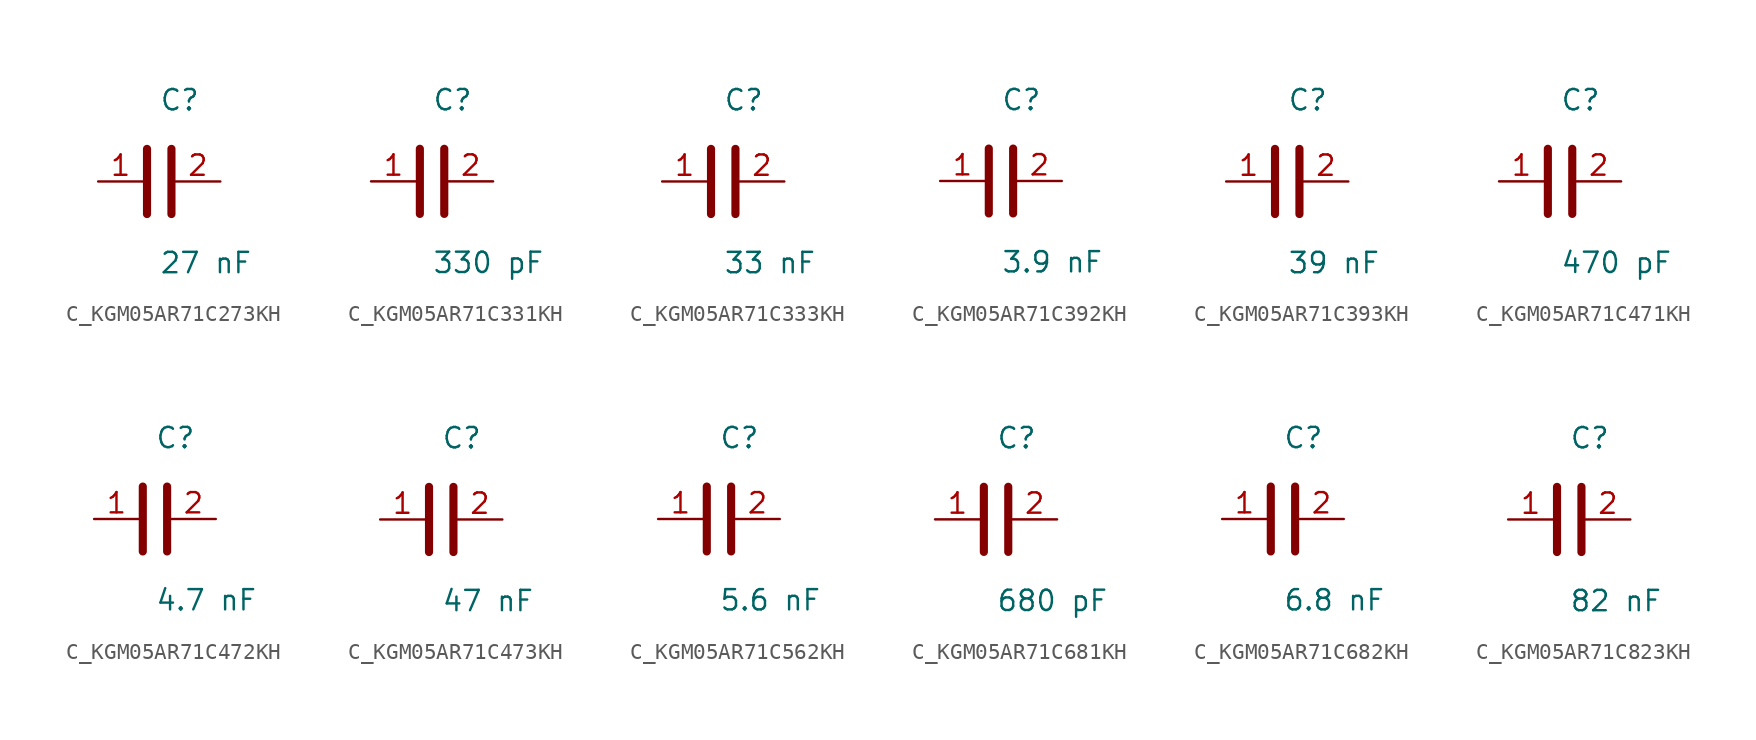
<source format=kicad_sym>
(kicad_symbol_lib
  (version 20231120)
  (generator kicad_symbol_editor)
  (generator_version 8.0)
  (symbol "C_KGM05AR71C273KH"
    (pin_names
      (offset 0.254))
    (property "Reference" "C"
      (at 0 5.08 0)
      (effects (font (size 1.27 1.27)) (justify left)))
    (property "Value" "27 nF"
      (at 0 -5.08 0)
      (effects (font (size 1.27 1.27)) (justify left)))
    (symbol "C_KGM05AR71C273KH_0_1"
      (polyline (pts (xy -0.762 -2.032) (xy -0.762 2.032)) (stroke (width 0.508) (type default)) (fill (type none)))
      (polyline (pts (xy 0.762 -2.032) (xy 0.762 2.032)) (stroke (width 0.508) (type default)) (fill (type none))))
    (pin unspecified line
      (at -3.81 0 0)
      (length 2.8)
      (name "" (effects (font (size 1.27 1.27))))
      (number "1" (effects (font (size 1.27 1.27)))))
    (pin unspecified line
      (at 3.81 0 180)
      (length 2.8)
      (name "" (effects (font (size 1.27 1.27))))
      (number "2" (effects (font (size 1.27 1.27))))))
  (symbol "C_KGM05AR71C331KH"
    (pin_names
      (offset 0.254))
    (property "Reference" "C"
      (at 0 5.08 0)
      (effects (font (size 1.27 1.27)) (justify left)))
    (property "Value" "330 pF"
      (at 0 -5.08 0)
      (effects (font (size 1.27 1.27)) (justify left)))
    (symbol "C_KGM05AR71C331KH_0_1"
      (polyline (pts (xy -0.762 -2.032) (xy -0.762 2.032)) (stroke (width 0.508) (type default)) (fill (type none)))
      (polyline (pts (xy 0.762 -2.032) (xy 0.762 2.032)) (stroke (width 0.508) (type default)) (fill (type none))))
    (pin unspecified line
      (at -3.81 0 0)
      (length 2.8)
      (name "" (effects (font (size 1.27 1.27))))
      (number "1" (effects (font (size 1.27 1.27)))))
    (pin unspecified line
      (at 3.81 0 180)
      (length 2.8)
      (name "" (effects (font (size 1.27 1.27))))
      (number "2" (effects (font (size 1.27 1.27))))))
  (symbol "C_KGM05AR71C333KH"
    (pin_names
      (offset 0.254))
    (property "Reference" "C"
      (at 0 5.08 0)
      (effects (font (size 1.27 1.27)) (justify left)))
    (property "Value" "33 nF"
      (at 0 -5.08 0)
      (effects (font (size 1.27 1.27)) (justify left)))
    (symbol "C_KGM05AR71C333KH_0_1"
      (polyline (pts (xy -0.762 -2.032) (xy -0.762 2.032)) (stroke (width 0.508) (type default)) (fill (type none)))
      (polyline (pts (xy 0.762 -2.032) (xy 0.762 2.032)) (stroke (width 0.508) (type default)) (fill (type none))))
    (pin unspecified line
      (at -3.81 0 0)
      (length 2.8)
      (name "" (effects (font (size 1.27 1.27))))
      (number "1" (effects (font (size 1.27 1.27)))))
    (pin unspecified line
      (at 3.81 0 180)
      (length 2.8)
      (name "" (effects (font (size 1.27 1.27))))
      (number "2" (effects (font (size 1.27 1.27))))))
  (symbol "C_KGM05AR71C392KH"
    (pin_names
      (offset 0.254))
    (property "Reference" "C"
      (at 0 5.08 0)
      (effects (font (size 1.27 1.27)) (justify left)))
    (property "Value" "3.9 nF"
      (at 0 -5.08 0)
      (effects (font (size 1.27 1.27)) (justify left)))
    (symbol "C_KGM05AR71C392KH_0_1"
      (polyline (pts (xy -0.762 -2.032) (xy -0.762 2.032)) (stroke (width 0.508) (type default)) (fill (type none)))
      (polyline (pts (xy 0.762 -2.032) (xy 0.762 2.032)) (stroke (width 0.508) (type default)) (fill (type none))))
    (pin unspecified line
      (at -3.81 0 0)
      (length 2.8)
      (name "" (effects (font (size 1.27 1.27))))
      (number "1" (effects (font (size 1.27 1.27)))))
    (pin unspecified line
      (at 3.81 0 180)
      (length 2.8)
      (name "" (effects (font (size 1.27 1.27))))
      (number "2" (effects (font (size 1.27 1.27))))))
  (symbol "C_KGM05AR71C393KH"
    (pin_names
      (offset 0.254))
    (property "Reference" "C"
      (at 0 5.08 0)
      (effects (font (size 1.27 1.27)) (justify left)))
    (property "Value" "39 nF"
      (at 0 -5.08 0)
      (effects (font (size 1.27 1.27)) (justify left)))
    (symbol "C_KGM05AR71C393KH_0_1"
      (polyline (pts (xy -0.762 -2.032) (xy -0.762 2.032)) (stroke (width 0.508) (type default)) (fill (type none)))
      (polyline (pts (xy 0.762 -2.032) (xy 0.762 2.032)) (stroke (width 0.508) (type default)) (fill (type none))))
    (pin unspecified line
      (at -3.81 0 0)
      (length 2.8)
      (name "" (effects (font (size 1.27 1.27))))
      (number "1" (effects (font (size 1.27 1.27)))))
    (pin unspecified line
      (at 3.81 0 180)
      (length 2.8)
      (name "" (effects (font (size 1.27 1.27))))
      (number "2" (effects (font (size 1.27 1.27))))))
  (symbol "C_KGM05AR71C471KH"
    (pin_names
      (offset 0.254))
    (property "Reference" "C"
      (at 0 5.08 0)
      (effects (font (size 1.27 1.27)) (justify left)))
    (property "Value" "470 pF"
      (at 0 -5.08 0)
      (effects (font (size 1.27 1.27)) (justify left)))
    (symbol "C_KGM05AR71C471KH_0_1"
      (polyline (pts (xy -0.762 -2.032) (xy -0.762 2.032)) (stroke (width 0.508) (type default)) (fill (type none)))
      (polyline (pts (xy 0.762 -2.032) (xy 0.762 2.032)) (stroke (width 0.508) (type default)) (fill (type none))))
    (pin unspecified line
      (at -3.81 0 0)
      (length 2.8)
      (name "" (effects (font (size 1.27 1.27))))
      (number "1" (effects (font (size 1.27 1.27)))))
    (pin unspecified line
      (at 3.81 0 180)
      (length 2.8)
      (name "" (effects (font (size 1.27 1.27))))
      (number "2" (effects (font (size 1.27 1.27))))))
  (symbol "C_KGM05AR71C472KH"
    (pin_names
      (offset 0.254))
    (property "Reference" "C"
      (at 0 5.08 0)
      (effects (font (size 1.27 1.27)) (justify left)))
    (property "Value" "4.7 nF"
      (at 0 -5.08 0)
      (effects (font (size 1.27 1.27)) (justify left)))
    (symbol "C_KGM05AR71C472KH_0_1"
      (polyline (pts (xy -0.762 -2.032) (xy -0.762 2.032)) (stroke (width 0.508) (type default)) (fill (type none)))
      (polyline (pts (xy 0.762 -2.032) (xy 0.762 2.032)) (stroke (width 0.508) (type default)) (fill (type none))))
    (pin unspecified line
      (at -3.81 0 0)
      (length 2.8)
      (name "" (effects (font (size 1.27 1.27))))
      (number "1" (effects (font (size 1.27 1.27)))))
    (pin unspecified line
      (at 3.81 0 180)
      (length 2.8)
      (name "" (effects (font (size 1.27 1.27))))
      (number "2" (effects (font (size 1.27 1.27))))))
  (symbol "C_KGM05AR71C473KH"
    (pin_names
      (offset 0.254))
    (property "Reference" "C"
      (at 0 5.08 0)
      (effects (font (size 1.27 1.27)) (justify left)))
    (property "Value" "47 nF"
      (at 0 -5.08 0)
      (effects (font (size 1.27 1.27)) (justify left)))
    (symbol "C_KGM05AR71C473KH_0_1"
      (polyline (pts (xy -0.762 -2.032) (xy -0.762 2.032)) (stroke (width 0.508) (type default)) (fill (type none)))
      (polyline (pts (xy 0.762 -2.032) (xy 0.762 2.032)) (stroke (width 0.508) (type default)) (fill (type none))))
    (pin unspecified line
      (at -3.81 0 0)
      (length 2.8)
      (name "" (effects (font (size 1.27 1.27))))
      (number "1" (effects (font (size 1.27 1.27)))))
    (pin unspecified line
      (at 3.81 0 180)
      (length 2.8)
      (name "" (effects (font (size 1.27 1.27))))
      (number "2" (effects (font (size 1.27 1.27))))))
  (symbol "C_KGM05AR71C562KH"
    (pin_names
      (offset 0.254))
    (property "Reference" "C"
      (at 0 5.08 0)
      (effects (font (size 1.27 1.27)) (justify left)))
    (property "Value" "5.6 nF"
      (at 0 -5.08 0)
      (effects (font (size 1.27 1.27)) (justify left)))
    (symbol "C_KGM05AR71C562KH_0_1"
      (polyline (pts (xy -0.762 -2.032) (xy -0.762 2.032)) (stroke (width 0.508) (type default)) (fill (type none)))
      (polyline (pts (xy 0.762 -2.032) (xy 0.762 2.032)) (stroke (width 0.508) (type default)) (fill (type none))))
    (pin unspecified line
      (at -3.81 0 0)
      (length 2.8)
      (name "" (effects (font (size 1.27 1.27))))
      (number "1" (effects (font (size 1.27 1.27)))))
    (pin unspecified line
      (at 3.81 0 180)
      (length 2.8)
      (name "" (effects (font (size 1.27 1.27))))
      (number "2" (effects (font (size 1.27 1.27))))))
  (symbol "C_KGM05AR71C681KH"
    (pin_names
      (offset 0.254))
    (property "Reference" "C"
      (at 0 5.08 0)
      (effects (font (size 1.27 1.27)) (justify left)))
    (property "Value" "680 pF"
      (at 0 -5.08 0)
      (effects (font (size 1.27 1.27)) (justify left)))
    (symbol "C_KGM05AR71C681KH_0_1"
      (polyline (pts (xy -0.762 -2.032) (xy -0.762 2.032)) (stroke (width 0.508) (type default)) (fill (type none)))
      (polyline (pts (xy 0.762 -2.032) (xy 0.762 2.032)) (stroke (width 0.508) (type default)) (fill (type none))))
    (pin unspecified line
      (at -3.81 0 0)
      (length 2.8)
      (name "" (effects (font (size 1.27 1.27))))
      (number "1" (effects (font (size 1.27 1.27)))))
    (pin unspecified line
      (at 3.81 0 180)
      (length 2.8)
      (name "" (effects (font (size 1.27 1.27))))
      (number "2" (effects (font (size 1.27 1.27))))))
  (symbol "C_KGM05AR71C682KH"
    (pin_names
      (offset 0.254))
    (property "Reference" "C"
      (at 0 5.08 0)
      (effects (font (size 1.27 1.27)) (justify left)))
    (property "Value" "6.8 nF"
      (at 0 -5.08 0)
      (effects (font (size 1.27 1.27)) (justify left)))
    (symbol "C_KGM05AR71C682KH_0_1"
      (polyline (pts (xy -0.762 -2.032) (xy -0.762 2.032)) (stroke (width 0.508) (type default)) (fill (type none)))
      (polyline (pts (xy 0.762 -2.032) (xy 0.762 2.032)) (stroke (width 0.508) (type default)) (fill (type none))))
    (pin unspecified line
      (at -3.81 0 0)
      (length 2.8)
      (name "" (effects (font (size 1.27 1.27))))
      (number "1" (effects (font (size 1.27 1.27)))))
    (pin unspecified line
      (at 3.81 0 180)
      (length 2.8)
      (name "" (effects (font (size 1.27 1.27))))
      (number "2" (effects (font (size 1.27 1.27))))))
  (symbol "C_KGM05AR71C823KH"
    (pin_names
      (offset 0.254))
    (property "Reference" "C"
      (at 0 5.08 0)
      (effects (font (size 1.27 1.27)) (justify left)))
    (property "Value" "82 nF"
      (at 0 -5.08 0)
      (effects (font (size 1.27 1.27)) (justify left)))
    (symbol "C_KGM05AR71C823KH_0_1"
      (polyline (pts (xy -0.762 -2.032) (xy -0.762 2.032)) (stroke (width 0.508) (type default)) (fill (type none)))
      (polyline (pts (xy 0.762 -2.032) (xy 0.762 2.032)) (stroke (width 0.508) (type default)) (fill (type none))))
    (pin unspecified line
      (at -3.81 0 0)
      (length 2.8)
      (name "" (effects (font (size 1.27 1.27))))
      (number "1" (effects (font (size 1.27 1.27)))))
    (pin unspecified line
      (at 3.81 0 180)
      (length 2.8)
      (name "" (effects (font (size 1.27 1.27))))
      (number "2" (effects (font (size 1.27 1.27)))))))
</source>
